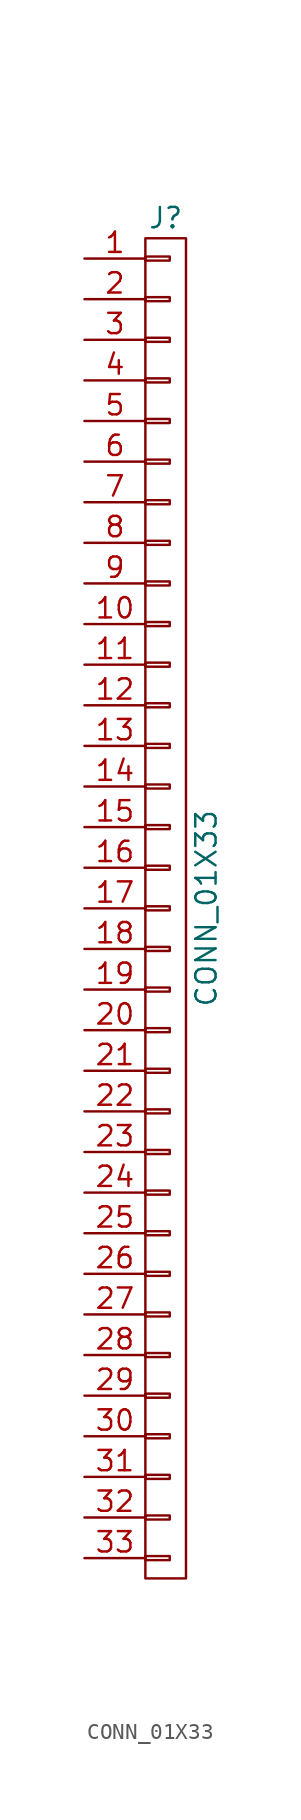
<source format=kicad_sym>
(kicad_symbol_lib
  (version 20211014)
  (generator kicad_symbol_editor)
  (symbol "CONN_01X33"
    (pin_names
      (offset 1.016) hide)
    (property "Reference" "J"
      (at 0 43.18 0)
      (effects (font (size 1.27 1.27))))
    (property "Value" "CONN_01X33"
      (at 2.54 0 90)
      (effects (font (size 1.27 1.27))))
    (symbol "CONN_01X33_0_1"
      (rectangle (start -1.27 -41.91) (end 1.27 41.91) (stroke (width 0) (type default) (color 0 0 0 0)) (fill (type none)))
      (rectangle (start -1.27 -40.513) (end 0.254 -40.767) (stroke (width 0) (type default) (color 0 0 0 0)) (fill (type none)))
      (rectangle (start -1.27 -37.973) (end 0.254 -38.227) (stroke (width 0) (type default) (color 0 0 0 0)) (fill (type none)))
      (rectangle (start -1.27 -35.433) (end 0.254 -35.687) (stroke (width 0) (type default) (color 0 0 0 0)) (fill (type none)))
      (rectangle (start -1.27 -32.893) (end 0.254 -33.147) (stroke (width 0) (type default) (color 0 0 0 0)) (fill (type none)))
      (rectangle (start -1.27 -30.353) (end 0.254 -30.607) (stroke (width 0) (type default) (color 0 0 0 0)) (fill (type none)))
      (rectangle (start -1.27 -27.813) (end 0.254 -28.067) (stroke (width 0) (type default) (color 0 0 0 0)) (fill (type none)))
      (rectangle (start -1.27 -25.273) (end 0.254 -25.527) (stroke (width 0) (type default) (color 0 0 0 0)) (fill (type none)))
      (rectangle (start -1.27 -22.733) (end 0.254 -22.987) (stroke (width 0) (type default) (color 0 0 0 0)) (fill (type none)))
      (rectangle (start -1.27 -20.193) (end 0.254 -20.447) (stroke (width 0) (type default) (color 0 0 0 0)) (fill (type none)))
      (rectangle (start -1.27 -17.653) (end 0.254 -17.907) (stroke (width 0) (type default) (color 0 0 0 0)) (fill (type none)))
      (rectangle (start -1.27 -15.113) (end 0.254 -15.367) (stroke (width 0) (type default) (color 0 0 0 0)) (fill (type none)))
      (rectangle (start -1.27 -12.573) (end 0.254 -12.827) (stroke (width 0) (type default) (color 0 0 0 0)) (fill (type none)))
      (rectangle (start -1.27 -10.033) (end 0.254 -10.287) (stroke (width 0) (type default) (color 0 0 0 0)) (fill (type none)))
      (rectangle (start -1.27 -7.493) (end 0.254 -7.747) (stroke (width 0) (type default) (color 0 0 0 0)) (fill (type none)))
      (rectangle (start -1.27 -4.953) (end 0.254 -5.207) (stroke (width 0) (type default) (color 0 0 0 0)) (fill (type none)))
      (rectangle (start -1.27 -2.413) (end 0.254 -2.667) (stroke (width 0) (type default) (color 0 0 0 0)) (fill (type none)))
      (rectangle (start -1.27 0.127) (end 0.254 -0.127) (stroke (width 0) (type default) (color 0 0 0 0)) (fill (type none)))
      (rectangle (start -1.27 2.667) (end 0.254 2.413) (stroke (width 0) (type default) (color 0 0 0 0)) (fill (type none)))
      (rectangle (start -1.27 5.207) (end 0.254 4.953) (stroke (width 0) (type default) (color 0 0 0 0)) (fill (type none)))
      (rectangle (start -1.27 7.747) (end 0.254 7.493) (stroke (width 0) (type default) (color 0 0 0 0)) (fill (type none)))
      (rectangle (start -1.27 10.287) (end 0.254 10.033) (stroke (width 0) (type default) (color 0 0 0 0)) (fill (type none)))
      (rectangle (start -1.27 12.827) (end 0.254 12.573) (stroke (width 0) (type default) (color 0 0 0 0)) (fill (type none)))
      (rectangle (start -1.27 15.367) (end 0.254 15.113) (stroke (width 0) (type default) (color 0 0 0 0)) (fill (type none)))
      (rectangle (start -1.27 17.907) (end 0.254 17.653) (stroke (width 0) (type default) (color 0 0 0 0)) (fill (type none)))
      (rectangle (start -1.27 20.447) (end 0.254 20.193) (stroke (width 0) (type default) (color 0 0 0 0)) (fill (type none)))
      (rectangle (start -1.27 22.987) (end 0.254 22.733) (stroke (width 0) (type default) (color 0 0 0 0)) (fill (type none)))
      (rectangle (start -1.27 25.527) (end 0.254 25.273) (stroke (width 0) (type default) (color 0 0 0 0)) (fill (type none)))
      (rectangle (start -1.27 28.067) (end 0.254 27.813) (stroke (width 0) (type default) (color 0 0 0 0)) (fill (type none)))
      (rectangle (start -1.27 30.607) (end 0.254 30.353) (stroke (width 0) (type default) (color 0 0 0 0)) (fill (type none)))
      (rectangle (start -1.27 33.147) (end 0.254 32.893) (stroke (width 0) (type default) (color 0 0 0 0)) (fill (type none)))
      (rectangle (start -1.27 35.687) (end 0.254 35.433) (stroke (width 0) (type default) (color 0 0 0 0)) (fill (type none)))
      (rectangle (start -1.27 38.227) (end 0.254 37.973) (stroke (width 0) (type default) (color 0 0 0 0)) (fill (type none)))
      (rectangle (start -1.27 40.767) (end 0.254 40.513) (stroke (width 0) (type default) (color 0 0 0 0)) (fill (type none))))
    (symbol "CONN_01X33_1_1"
      (pin passive line (at -5.08 40.64 0) (length 3.81) (name "P1" (effects (font (size 1.27 1.27)))) (number "1" (effects (font (size 1.27 1.27)))))
      (pin passive line (at -5.08 17.78 0) (length 3.81) (name "P10" (effects (font (size 1.27 1.27)))) (number "10" (effects (font (size 1.27 1.27)))))
      (pin passive line (at -5.08 15.24 0) (length 3.81) (name "P11" (effects (font (size 1.27 1.27)))) (number "11" (effects (font (size 1.27 1.27)))))
      (pin passive line (at -5.08 12.7 0) (length 3.81) (name "P12" (effects (font (size 1.27 1.27)))) (number "12" (effects (font (size 1.27 1.27)))))
      (pin passive line (at -5.08 10.16 0) (length 3.81) (name "P13" (effects (font (size 1.27 1.27)))) (number "13" (effects (font (size 1.27 1.27)))))
      (pin passive line (at -5.08 7.62 0) (length 3.81) (name "P14" (effects (font (size 1.27 1.27)))) (number "14" (effects (font (size 1.27 1.27)))))
      (pin passive line (at -5.08 5.08 0) (length 3.81) (name "P15" (effects (font (size 1.27 1.27)))) (number "15" (effects (font (size 1.27 1.27)))))
      (pin passive line (at -5.08 2.54 0) (length 3.81) (name "P16" (effects (font (size 1.27 1.27)))) (number "16" (effects (font (size 1.27 1.27)))))
      (pin passive line (at -5.08 0 0) (length 3.81) (name "P17" (effects (font (size 1.27 1.27)))) (number "17" (effects (font (size 1.27 1.27)))))
      (pin passive line (at -5.08 -2.54 0) (length 3.81) (name "P18" (effects (font (size 1.27 1.27)))) (number "18" (effects (font (size 1.27 1.27)))))
      (pin passive line (at -5.08 -5.08 0) (length 3.81) (name "P19" (effects (font (size 1.27 1.27)))) (number "19" (effects (font (size 1.27 1.27)))))
      (pin passive line (at -5.08 38.1 0) (length 3.81) (name "P2" (effects (font (size 1.27 1.27)))) (number "2" (effects (font (size 1.27 1.27)))))
      (pin passive line (at -5.08 -7.62 0) (length 3.81) (name "P20" (effects (font (size 1.27 1.27)))) (number "20" (effects (font (size 1.27 1.27)))))
      (pin passive line (at -5.08 -10.16 0) (length 3.81) (name "P21" (effects (font (size 1.27 1.27)))) (number "21" (effects (font (size 1.27 1.27)))))
      (pin passive line (at -5.08 -12.7 0) (length 3.81) (name "P22" (effects (font (size 1.27 1.27)))) (number "22" (effects (font (size 1.27 1.27)))))
      (pin passive line (at -5.08 -15.24 0) (length 3.81) (name "P23" (effects (font (size 1.27 1.27)))) (number "23" (effects (font (size 1.27 1.27)))))
      (pin passive line (at -5.08 -17.78 0) (length 3.81) (name "P24" (effects (font (size 1.27 1.27)))) (number "24" (effects (font (size 1.27 1.27)))))
      (pin passive line (at -5.08 -20.32 0) (length 3.81) (name "P25" (effects (font (size 1.27 1.27)))) (number "25" (effects (font (size 1.27 1.27)))))
      (pin passive line (at -5.08 -22.86 0) (length 3.81) (name "P26" (effects (font (size 1.27 1.27)))) (number "26" (effects (font (size 1.27 1.27)))))
      (pin passive line (at -5.08 -25.4 0) (length 3.81) (name "P27" (effects (font (size 1.27 1.27)))) (number "27" (effects (font (size 1.27 1.27)))))
      (pin passive line (at -5.08 -27.94 0) (length 3.81) (name "P28" (effects (font (size 1.27 1.27)))) (number "28" (effects (font (size 1.27 1.27)))))
      (pin passive line (at -5.08 -30.48 0) (length 3.81) (name "P29" (effects (font (size 1.27 1.27)))) (number "29" (effects (font (size 1.27 1.27)))))
      (pin passive line (at -5.08 35.56 0) (length 3.81) (name "P3" (effects (font (size 1.27 1.27)))) (number "3" (effects (font (size 1.27 1.27)))))
      (pin passive line (at -5.08 -33.02 0) (length 3.81) (name "P30" (effects (font (size 1.27 1.27)))) (number "30" (effects (font (size 1.27 1.27)))))
      (pin passive line (at -5.08 -35.56 0) (length 3.81) (name "P31" (effects (font (size 1.27 1.27)))) (number "31" (effects (font (size 1.27 1.27)))))
      (pin passive line (at -5.08 -38.1 0) (length 3.81) (name "P32" (effects (font (size 1.27 1.27)))) (number "32" (effects (font (size 1.27 1.27)))))
      (pin passive line (at -5.08 -40.64 0) (length 3.81) (name "P33" (effects (font (size 1.27 1.27)))) (number "33" (effects (font (size 1.27 1.27)))))
      (pin passive line (at -5.08 33.02 0) (length 3.81) (name "P4" (effects (font (size 1.27 1.27)))) (number "4" (effects (font (size 1.27 1.27)))))
      (pin passive line (at -5.08 30.48 0) (length 3.81) (name "P5" (effects (font (size 1.27 1.27)))) (number "5" (effects (font (size 1.27 1.27)))))
      (pin passive line (at -5.08 27.94 0) (length 3.81) (name "P6" (effects (font (size 1.27 1.27)))) (number "6" (effects (font (size 1.27 1.27)))))
      (pin passive line (at -5.08 25.4 0) (length 3.81) (name "P7" (effects (font (size 1.27 1.27)))) (number "7" (effects (font (size 1.27 1.27)))))
      (pin passive line (at -5.08 22.86 0) (length 3.81) (name "P8" (effects (font (size 1.27 1.27)))) (number "8" (effects (font (size 1.27 1.27)))))
      (pin passive line (at -5.08 20.32 0) (length 3.81) (name "P9" (effects (font (size 1.27 1.27)))) (number "9" (effects (font (size 1.27 1.27))))))))
</source>
